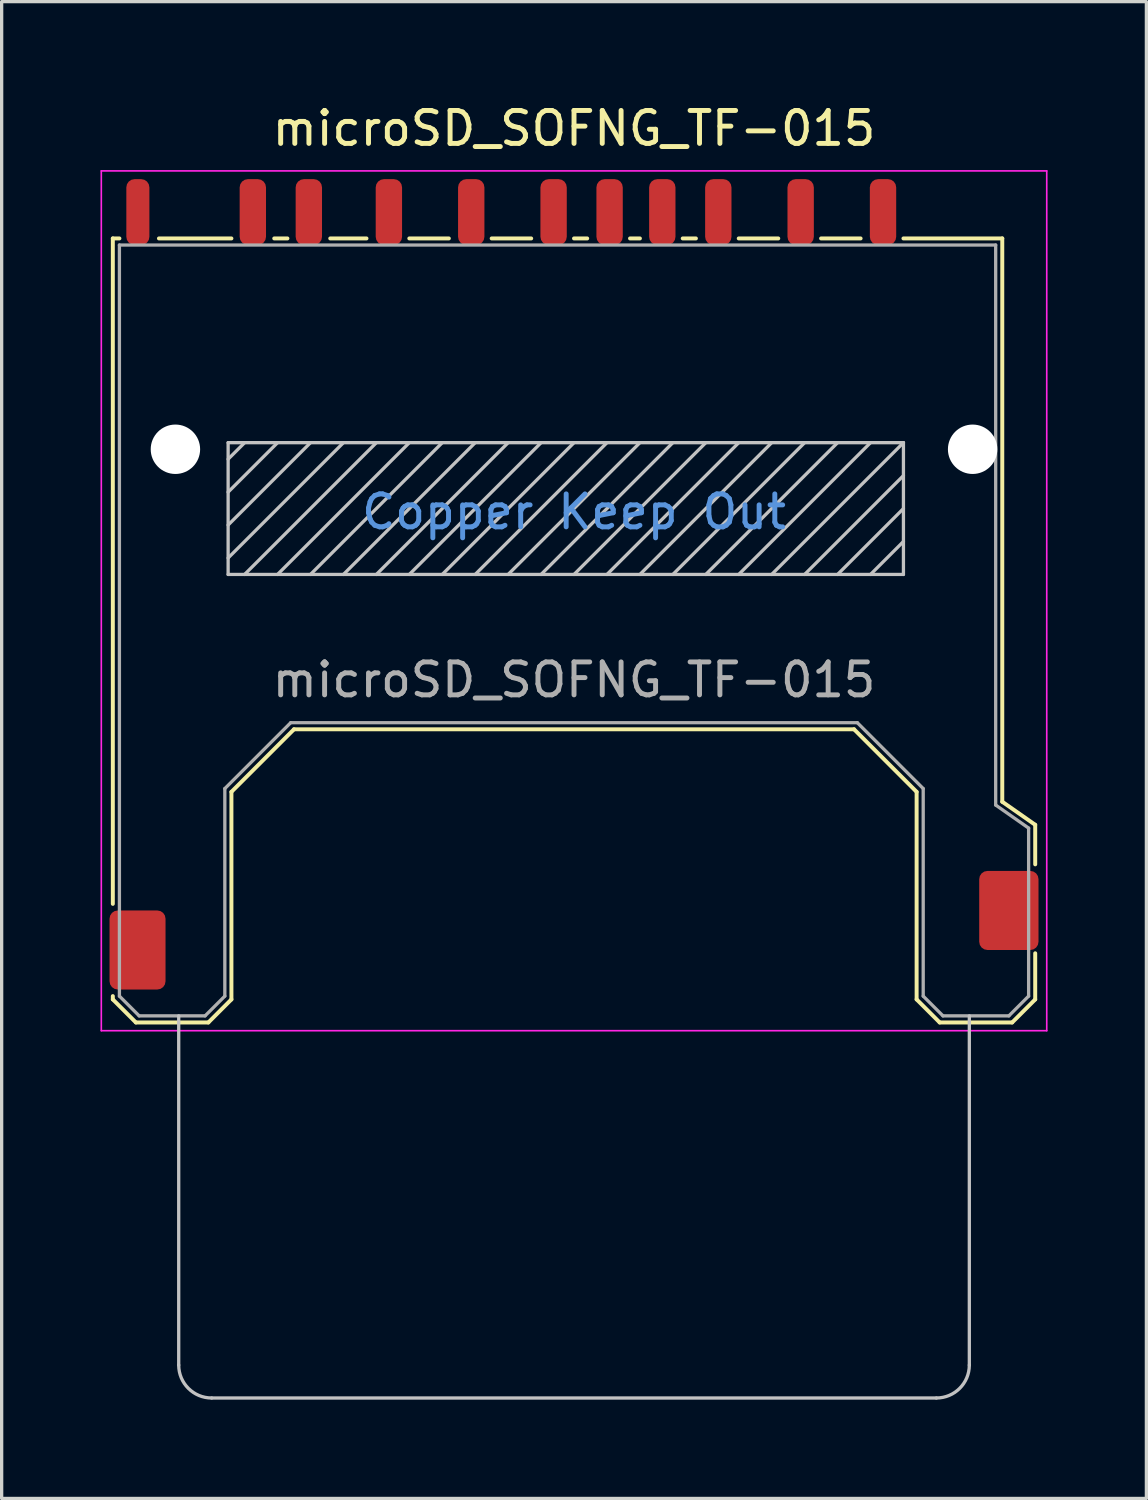
<source format=kicad_pcb>
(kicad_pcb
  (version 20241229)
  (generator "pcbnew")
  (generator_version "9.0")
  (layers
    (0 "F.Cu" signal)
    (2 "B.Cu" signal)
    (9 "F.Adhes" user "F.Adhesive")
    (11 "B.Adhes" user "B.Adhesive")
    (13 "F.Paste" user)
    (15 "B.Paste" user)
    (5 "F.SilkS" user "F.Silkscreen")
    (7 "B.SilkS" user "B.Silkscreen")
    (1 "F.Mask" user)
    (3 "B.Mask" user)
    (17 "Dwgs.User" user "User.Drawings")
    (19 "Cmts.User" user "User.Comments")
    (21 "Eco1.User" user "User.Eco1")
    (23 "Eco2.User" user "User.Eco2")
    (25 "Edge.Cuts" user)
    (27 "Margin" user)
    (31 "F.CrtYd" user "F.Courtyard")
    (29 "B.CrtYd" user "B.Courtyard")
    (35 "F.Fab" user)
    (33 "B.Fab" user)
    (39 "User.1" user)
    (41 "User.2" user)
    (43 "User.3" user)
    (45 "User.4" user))
  (footprint "microSD_SOFNG_TF-015"
    (layer "F.Cu")
    (at 14.375 15.888)
    (property "Reference" "microSD_SOFNG_TF-015" (at 0 -15.04 180) (layer "F.SilkS") (effects (font (size 1 1) (thickness 0.15))))
    (attr smd)
    (fp_line (start -14 -11.7) (end -14 8.5) (stroke (width 0.12) (type solid)) (layer "F.SilkS"))
    (fp_line (start -14 11.3) (end -14 11.4) (stroke (width 0.12) (type solid)) (layer "F.SilkS"))
    (fp_line (start -13.8 -11.7) (end -14 -11.7) (stroke (width 0.12) (type solid)) (layer "F.SilkS"))
    (fp_line (start -13.3 12.1) (end -14 11.4) (stroke (width 0.12) (type solid)) (layer "F.SilkS"))
    (fp_line (start -13.3 12.1) (end -11.1 12.1) (stroke (width 0.12) (type solid)) (layer "F.SilkS"))
    (fp_line (start -10.4 -11.7) (end -12.6 -11.7) (stroke (width 0.12) (type solid)) (layer "F.SilkS"))
    (fp_line (start -10.4 11.4) (end -11.1 12.1) (stroke (width 0.12) (type solid)) (layer "F.SilkS"))
    (fp_line (start -10.4 11.4) (end -10.4 5.1) (stroke (width 0.12) (type solid)) (layer "F.SilkS"))
    (fp_line (start -8.7 -11.7) (end -9.1 -11.7) (stroke (width 0.12) (type solid)) (layer "F.SilkS"))
    (fp_line (start -8.5 3.2) (end -10.4 5.1) (stroke (width 0.12) (type solid)) (layer "F.SilkS"))
    (fp_line (start -8.5 3.2) (end 8.5 3.2) (stroke (width 0.12) (type solid)) (layer "F.SilkS"))
    (fp_line (start -6.3 -11.7) (end -7.4 -11.7) (stroke (width 0.12) (type solid)) (layer "F.SilkS"))
    (fp_line (start -3.8 -11.7) (end -5 -11.7) (stroke (width 0.12) (type solid)) (layer "F.SilkS"))
    (fp_line (start -1.3 -11.7) (end -2.5 -11.7) (stroke (width 0.12) (type solid)) (layer "F.SilkS"))
    (fp_line (start 0.4 -11.7) (end 0 -11.7) (stroke (width 0.12) (type solid)) (layer "F.SilkS"))
    (fp_line (start 2 -11.7) (end 1.7 -11.7) (stroke (width 0.12) (type solid)) (layer "F.SilkS"))
    (fp_line (start 3.7 -11.7) (end 3.3 -11.7) (stroke (width 0.12) (type solid)) (layer "F.SilkS"))
    (fp_line (start 6.2 -11.7) (end 5 -11.7) (stroke (width 0.12) (type solid)) (layer "F.SilkS"))
    (fp_line (start 8.5 3.2) (end 10.4 5.1) (stroke (width 0.12) (type solid)) (layer "F.SilkS"))
    (fp_line (start 8.7 -11.7) (end 7.5 -11.7) (stroke (width 0.12) (type solid)) (layer "F.SilkS"))
    (fp_line (start 10.4 11.4) (end 10.4 5.1) (stroke (width 0.12) (type solid)) (layer "F.SilkS"))
    (fp_line (start 10.4 11.4) (end 11.1 12.1) (stroke (width 0.12) (type solid)) (layer "F.SilkS"))
    (fp_line (start 13 -11.7) (end 10 -11.7) (stroke (width 0.12) (type solid)) (layer "F.SilkS"))
    (fp_line (start 13 5.4) (end 13 -11.7) (stroke (width 0.12) (type solid)) (layer "F.SilkS"))
    (fp_line (start 13.3 12.1) (end 11.1 12.1) (stroke (width 0.12) (type solid)) (layer "F.SilkS"))
    (fp_line (start 13.3 12.1) (end 14 11.4) (stroke (width 0.12) (type solid)) (layer "F.SilkS"))
    (fp_line (start 14 6.1) (end 13 5.4) (stroke (width 0.12) (type solid)) (layer "F.SilkS"))
    (fp_line (start 14 6.1) (end 14 7.3) (stroke (width 0.12) (type solid)) (layer "F.SilkS"))
    (fp_line (start 14 10) (end 14 11.4) (stroke (width 0.12) (type solid)) (layer "F.SilkS"))
    (fp_line (start -12 11.9) (end -12 22.5) (stroke (width 0.1) (type solid)) (layer "Dwgs.User"))
    (fp_line (start -11 23.5) (end 11 23.5) (stroke (width 0.1) (type solid)) (layer "Dwgs.User"))
    (fp_line (start -10.5 -5.5) (end 10 -5.5) (stroke (width 0.1) (type solid)) (layer "Dwgs.User"))
    (fp_line (start -10.5 -1.5) (end -10.5 -5.5) (stroke (width 0.1) (type solid)) (layer "Dwgs.User"))
    (fp_line (start -10 -5.5) (end -10.5 -5) (stroke (width 0.1) (type solid)) (layer "Dwgs.User"))
    (fp_line (start -9 -5.5) (end -10.5 -4) (stroke (width 0.1) (type solid)) (layer "Dwgs.User"))
    (fp_line (start -8 -5.5) (end -10.5 -3) (stroke (width 0.1) (type solid)) (layer "Dwgs.User"))
    (fp_line (start -7 -5.5) (end -10.5 -2) (stroke (width 0.1) (type solid)) (layer "Dwgs.User"))
    (fp_line (start -6 -5.5) (end -10 -1.5) (stroke (width 0.1) (type solid)) (layer "Dwgs.User"))
    (fp_line (start -5 -5.5) (end -9 -1.5) (stroke (width 0.1) (type solid)) (layer "Dwgs.User"))
    (fp_line (start -4 -5.5) (end -8 -1.5) (stroke (width 0.1) (type solid)) (layer "Dwgs.User"))
    (fp_line (start -3 -5.5) (end -7 -1.5) (stroke (width 0.1) (type solid)) (layer "Dwgs.User"))
    (fp_line (start -2 -5.5) (end -6 -1.5) (stroke (width 0.1) (type solid)) (layer "Dwgs.User"))
    (fp_line (start -1 -5.5) (end -5 -1.5) (stroke (width 0.1) (type solid)) (layer "Dwgs.User"))
    (fp_line (start 0 -5.5) (end -4 -1.5) (stroke (width 0.1) (type solid)) (layer "Dwgs.User"))
    (fp_line (start 1 -5.5) (end -3 -1.5) (stroke (width 0.1) (type solid)) (layer "Dwgs.User"))
    (fp_line (start 2 -5.5) (end -2 -1.5) (stroke (width 0.1) (type solid)) (layer "Dwgs.User"))
    (fp_line (start 3 -5.5) (end -1 -1.5) (stroke (width 0.1) (type solid)) (layer "Dwgs.User"))
    (fp_line (start 4 -5.5) (end 0 -1.5) (stroke (width 0.1) (type solid)) (layer "Dwgs.User"))
    (fp_line (start 5 -5.5) (end 1 -1.5) (stroke (width 0.1) (type solid)) (layer "Dwgs.User"))
    (fp_line (start 6 -5.5) (end 2 -1.5) (stroke (width 0.1) (type solid)) (layer "Dwgs.User"))
    (fp_line (start 7 -5.5) (end 3 -1.5) (stroke (width 0.1) (type solid)) (layer "Dwgs.User"))
    (fp_line (start 8 -5.5) (end 4 -1.5) (stroke (width 0.1) (type solid)) (layer "Dwgs.User"))
    (fp_line (start 9 -5.5) (end 5 -1.5) (stroke (width 0.1) (type solid)) (layer "Dwgs.User"))
    (fp_line (start 10 -5.5) (end 6 -1.5) (stroke (width 0.1) (type solid)) (layer "Dwgs.User"))
    (fp_line (start 10 -5.5) (end 10 -1.5) (stroke (width 0.1) (type solid)) (layer "Dwgs.User"))
    (fp_line (start 10 -4.5) (end 7 -1.5) (stroke (width 0.1) (type solid)) (layer "Dwgs.User"))
    (fp_line (start 10 -3.5) (end 8 -1.5) (stroke (width 0.1) (type solid)) (layer "Dwgs.User"))
    (fp_line (start 10 -2.5) (end 9 -1.5) (stroke (width 0.1) (type solid)) (layer "Dwgs.User"))
    (fp_line (start 10 -1.5) (end -10.5 -1.5) (stroke (width 0.1) (type solid)) (layer "Dwgs.User"))
    (fp_line (start 12 22.5) (end 12 11.9) (stroke (width 0.1) (type solid)) (layer "Dwgs.User"))
    (fp_arc (start -11 23.5) (mid -11.707107 23.207107) (end -12 22.5) (stroke (width 0.1) (type solid)) (layer "Dwgs.User"))
    (fp_arc (start 12 22.5) (mid 11.707107 23.207107) (end 11 23.5) (stroke (width 0.1) (type solid)) (layer "Dwgs.User"))
    (fp_line (start -14.35 -13.75) (end 14.35 -13.75) (stroke (width 0.05) (type solid)) (layer "F.CrtYd"))
    (fp_line (start -14.35 12.35) (end -14.35 -13.75) (stroke (width 0.05) (type solid)) (layer "F.CrtYd"))
    (fp_line (start 14.35 -13.75) (end 14.35 12.35) (stroke (width 0.05) (type solid)) (layer "F.CrtYd"))
    (fp_line (start 14.35 12.35) (end -14.35 12.35) (stroke (width 0.05) (type solid)) (layer "F.CrtYd"))
    (fp_line (start -13.8 -11.5) (end -13.8 11.3) (stroke (width 0.1) (type solid)) (layer "F.Fab"))
    (fp_line (start -13.2 11.9) (end -13.8 11.3) (stroke (width 0.1) (type solid)) (layer "F.Fab"))
    (fp_line (start -13.2 11.9) (end -11.2 11.9) (stroke (width 0.1) (type solid)) (layer "F.Fab"))
    (fp_line (start -10.6 11.3) (end -11.2 11.9) (stroke (width 0.1) (type solid)) (layer "F.Fab"))
    (fp_line (start -10.6 11.3) (end -10.6 5) (stroke (width 0.1) (type solid)) (layer "F.Fab"))
    (fp_line (start -8.6 3) (end -10.6 5) (stroke (width 0.1) (type solid)) (layer "F.Fab"))
    (fp_line (start -8.6 3) (end 8.6 3) (stroke (width 0.1) (type solid)) (layer "F.Fab"))
    (fp_line (start 10.6 5) (end 8.6 3) (stroke (width 0.1) (type solid)) (layer "F.Fab"))
    (fp_line (start 10.6 5) (end 10.6 11.3) (stroke (width 0.1) (type solid)) (layer "F.Fab"))
    (fp_line (start 11.2 11.9) (end 10.6 11.3) (stroke (width 0.1) (type solid)) (layer "F.Fab"))
    (fp_line (start 11.2 11.9) (end 13.2 11.9) (stroke (width 0.1) (type solid)) (layer "F.Fab"))
    (fp_line (start 12.8 -11.5) (end -13.8 -11.5) (stroke (width 0.1) (type solid)) (layer "F.Fab"))
    (fp_line (start 12.8 5.5) (end 12.8 -11.5) (stroke (width 0.1) (type solid)) (layer "F.Fab"))
    (fp_line (start 13.8 6.2) (end 12.8 5.5) (stroke (width 0.1) (type solid)) (layer "F.Fab"))
    (fp_line (start 13.8 11.3) (end 13.2 11.9) (stroke (width 0.1) (type solid)) (layer "F.Fab"))
    (fp_line (start 13.8 11.3) (end 13.8 6.2) (stroke (width 0.1) (type solid)) (layer "F.Fab"))
    (fp_text user "Copper Keep Out" (at 0 -3.4 180) (layer "Cmts.User") (effects (font (size 1 1) (thickness 0.15))))
    (fp_text user "${REFERENCE}" (at 0 1.7 180) (layer "F.Fab") (effects (font (size 1 1) (thickness 0.15))))
    (pad "" np_thru_hole circle (at -12.1 -5.3 180) (size 1.5 1.5) (drill 1.5) (layers "*.Cu" "*.Mask"))
    (pad "" np_thru_hole circle (at 12.1 -5.3 180) (size 1.5 1.5) (drill 1.5) (layers "*.Cu" "*.Mask"))
    (pad "1" smd roundrect (at 6.88 -12.5) (size 0.8 2) (layers "F.Cu" "F.Mask" "F.Paste") (roundrect_rratio 0.313))
    (pad "2" smd roundrect (at 4.38 -12.5) (size 0.8 2) (layers "F.Cu" "F.Mask" "F.Paste") (roundrect_rratio 0.313))
    (pad "3" smd roundrect (at 1.08 -12.5) (size 0.8 2) (layers "F.Cu" "F.Mask" "F.Paste") (roundrect_rratio 0.313))
    (pad "4" smd roundrect (at -0.62 -12.5) (size 0.8 2) (layers "F.Cu" "F.Mask" "F.Paste") (roundrect_rratio 0.313))
    (pad "5" smd roundrect (at -3.12 -12.5) (size 0.8 2) (layers "F.Cu" "F.Mask" "F.Paste") (roundrect_rratio 0.313))
    (pad "6" smd roundrect (at -5.62 -12.5) (size 0.8 2) (layers "F.Cu" "F.Mask" "F.Paste") (roundrect_rratio 0.313))
    (pad "7" smd roundrect (at -8.05 -12.5) (size 0.8 2) (layers "F.Cu" "F.Mask" "F.Paste") (roundrect_rratio 0.313))
    (pad "8" smd roundrect (at -9.75 -12.5) (size 0.8 2) (layers "F.Cu" "F.Mask" "F.Paste") (roundrect_rratio 0.313))
    (pad "9" smd roundrect (at 9.38 -12.5) (size 0.8 2) (layers "F.Cu" "F.Mask" "F.Paste") (roundrect_rratio 0.313))
    (pad "10" smd roundrect (at 2.68 -12.5) (size 0.8 2) (layers "F.Cu" "F.Mask" "F.Paste") (roundrect_rratio 0.313))
    (pad "11" smd roundrect (at -13.24 -12.5) (size 0.7 2) (layers "F.Cu" "F.Mask" "F.Paste") (roundrect_rratio 0.357))
    (pad "12" smd roundrect (at 13.2 8.7) (size 1.8 2.4) (layers "F.Cu" "F.Mask" "F.Paste") (roundrect_rratio 0.139))
    (pad "13" smd roundrect (at -13.25 9.9) (size 1.7 2.4) (layers "F.Cu" "F.Mask" "F.Paste") (roundrect_rratio 0.147)))
  (gr_rect
    (start -3 -3)
    (end 31.75 42.438)
    (stroke (width 0.1) (type default))
    (fill no)
    (layer "Edge.Cuts")))
</source>
